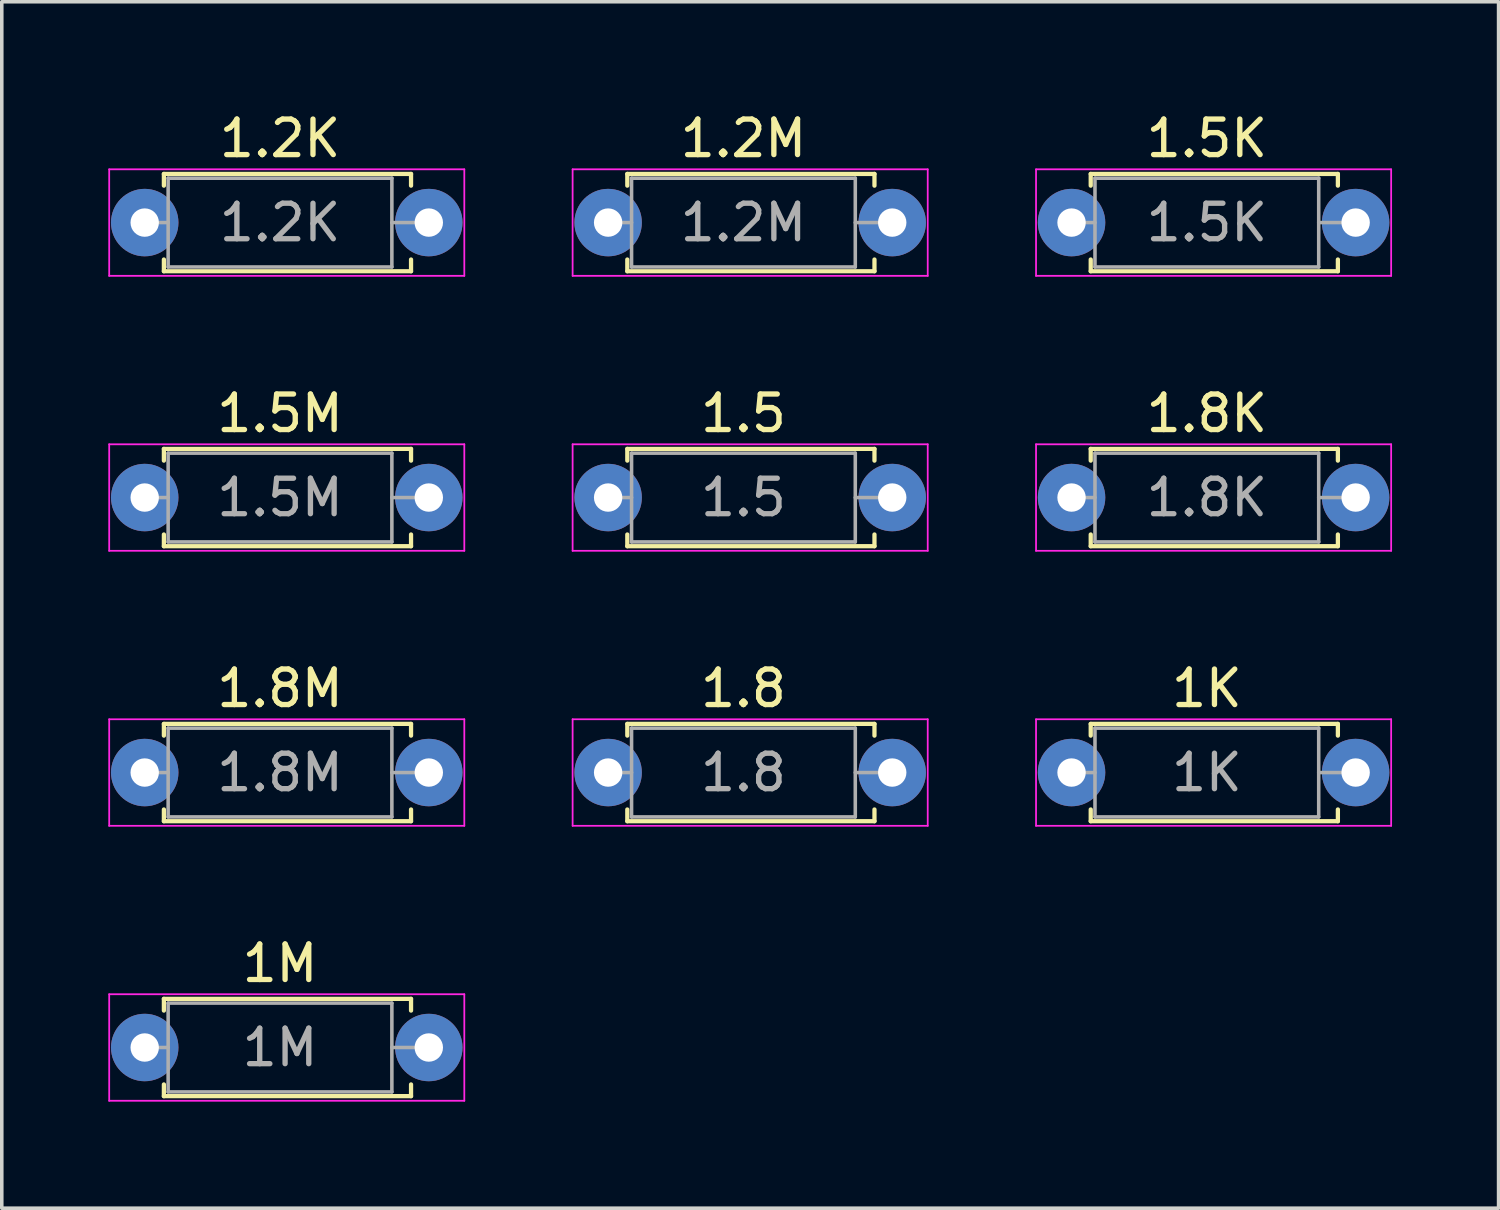
<source format=kicad_pcb>
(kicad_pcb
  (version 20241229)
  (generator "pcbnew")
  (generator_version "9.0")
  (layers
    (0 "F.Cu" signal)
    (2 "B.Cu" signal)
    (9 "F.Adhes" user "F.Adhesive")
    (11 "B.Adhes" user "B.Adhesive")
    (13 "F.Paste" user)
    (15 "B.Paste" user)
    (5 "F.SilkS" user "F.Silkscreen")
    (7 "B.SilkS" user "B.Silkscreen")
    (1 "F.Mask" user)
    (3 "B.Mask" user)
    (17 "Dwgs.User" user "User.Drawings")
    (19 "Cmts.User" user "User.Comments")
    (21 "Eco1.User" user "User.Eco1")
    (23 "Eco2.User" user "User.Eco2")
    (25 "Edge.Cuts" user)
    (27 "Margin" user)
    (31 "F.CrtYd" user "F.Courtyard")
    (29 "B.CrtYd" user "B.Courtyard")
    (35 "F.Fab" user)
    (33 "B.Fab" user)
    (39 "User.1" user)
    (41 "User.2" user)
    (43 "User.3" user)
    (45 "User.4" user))
  (footprint "1.2K"
    (layer "F.Cu")
    (at 1.025 3.218)
    (property "Reference" "1.2K" (at 3.81 -2.37 0) (layer "F.SilkS") (effects (font (size 1 1) (thickness 0.15))))
    (attr through_hole)
    (fp_line (start 0.54 -1.37) (end 7.5 -1.37) (stroke (width 0.12) (type solid)) (layer "F.SilkS"))
    (fp_line (start 0.54 -1.04) (end 0.54 -1.37) (stroke (width 0.12) (type solid)) (layer "F.SilkS"))
    (fp_line (start 0.54 1.04) (end 0.54 1.37) (stroke (width 0.12) (type solid)) (layer "F.SilkS"))
    (fp_line (start 0.54 1.37) (end 7.5 1.37) (stroke (width 0.12) (type solid)) (layer "F.SilkS"))
    (fp_line (start 7.5 -1.37) (end 7.5 -1.04) (stroke (width 0.12) (type solid)) (layer "F.SilkS"))
    (fp_line (start 7.5 1.37) (end 7.5 1.04) (stroke (width 0.12) (type solid)) (layer "F.SilkS"))
    (fp_line (start -1 -1.5) (end -1 1.5) (stroke (width 0.05) (type solid)) (layer "F.CrtYd"))
    (fp_line (start -1 1.5) (end 9 1.5) (stroke (width 0.05) (type solid)) (layer "F.CrtYd"))
    (fp_line (start 9 -1.5) (end -1 -1.5) (stroke (width 0.05) (type solid)) (layer "F.CrtYd"))
    (fp_line (start 9 1.5) (end 9 -1.5) (stroke (width 0.05) (type solid)) (layer "F.CrtYd"))
    (fp_line (start 0 0) (end 0.66 0) (stroke (width 0.1) (type solid)) (layer "F.Fab"))
    (fp_line (start 0.66 -1.25) (end 0.66 1.25) (stroke (width 0.1) (type solid)) (layer "F.Fab"))
    (fp_line (start 0.66 1.25) (end 6.96 1.25) (stroke (width 0.1) (type solid)) (layer "F.Fab"))
    (fp_line (start 6.96 -1.25) (end 0.66 -1.25) (stroke (width 0.1) (type solid)) (layer "F.Fab"))
    (fp_line (start 6.96 1.25) (end 6.96 -1.25) (stroke (width 0.1) (type solid)) (layer "F.Fab"))
    (fp_line (start 7.62 0) (end 6.96 0) (stroke (width 0.1) (type solid)) (layer "F.Fab"))
    (fp_text user "${REFERENCE}" (at 3.81 0 0) (layer "F.Fab") (effects (font (size 1 1) (thickness 0.15))))
    (pad "1" thru_hole circle (at 0 0) (size 1.9 1.9) (drill 0.8) (layers "*.Cu" "*.Mask"))
    (pad "2" thru_hole oval (at 8 0) (size 1.9 1.9) (drill 0.8) (layers "*.Cu" "*.Mask")))
  (footprint "1.5K"
    (layer "F.Cu")
    (at 27.125 3.218)
    (property "Reference" "1.5K" (at 3.81 -2.37 0) (layer "F.SilkS") (effects (font (size 1 1) (thickness 0.15))))
    (attr through_hole)
    (fp_line (start 0.54 -1.37) (end 7.5 -1.37) (stroke (width 0.12) (type solid)) (layer "F.SilkS"))
    (fp_line (start 0.54 -1.04) (end 0.54 -1.37) (stroke (width 0.12) (type solid)) (layer "F.SilkS"))
    (fp_line (start 0.54 1.04) (end 0.54 1.37) (stroke (width 0.12) (type solid)) (layer "F.SilkS"))
    (fp_line (start 0.54 1.37) (end 7.5 1.37) (stroke (width 0.12) (type solid)) (layer "F.SilkS"))
    (fp_line (start 7.5 -1.37) (end 7.5 -1.04) (stroke (width 0.12) (type solid)) (layer "F.SilkS"))
    (fp_line (start 7.5 1.37) (end 7.5 1.04) (stroke (width 0.12) (type solid)) (layer "F.SilkS"))
    (fp_line (start -1 -1.5) (end -1 1.5) (stroke (width 0.05) (type solid)) (layer "F.CrtYd"))
    (fp_line (start -1 1.5) (end 9 1.5) (stroke (width 0.05) (type solid)) (layer "F.CrtYd"))
    (fp_line (start 9 -1.5) (end -1 -1.5) (stroke (width 0.05) (type solid)) (layer "F.CrtYd"))
    (fp_line (start 9 1.5) (end 9 -1.5) (stroke (width 0.05) (type solid)) (layer "F.CrtYd"))
    (fp_line (start 0 0) (end 0.66 0) (stroke (width 0.1) (type solid)) (layer "F.Fab"))
    (fp_line (start 0.66 -1.25) (end 0.66 1.25) (stroke (width 0.1) (type solid)) (layer "F.Fab"))
    (fp_line (start 0.66 1.25) (end 6.96 1.25) (stroke (width 0.1) (type solid)) (layer "F.Fab"))
    (fp_line (start 6.96 -1.25) (end 0.66 -1.25) (stroke (width 0.1) (type solid)) (layer "F.Fab"))
    (fp_line (start 6.96 1.25) (end 6.96 -1.25) (stroke (width 0.1) (type solid)) (layer "F.Fab"))
    (fp_line (start 7.62 0) (end 6.96 0) (stroke (width 0.1) (type solid)) (layer "F.Fab"))
    (fp_text user "${REFERENCE}" (at 3.81 0 0) (layer "F.Fab") (effects (font (size 1 1) (thickness 0.15))))
    (pad "1" thru_hole circle (at 0 0) (size 1.9 1.9) (drill 0.8) (layers "*.Cu" "*.Mask"))
    (pad "2" thru_hole oval (at 8 0) (size 1.9 1.9) (drill 0.8) (layers "*.Cu" "*.Mask")))
  (footprint "1K"
    (layer "F.Cu")
    (at 27.125 18.705)
    (property "Reference" "1K" (at 3.81 -2.37 0) (layer "F.SilkS") (effects (font (size 1 1) (thickness 0.15))))
    (attr through_hole)
    (fp_line (start 0.54 -1.37) (end 7.5 -1.37) (stroke (width 0.12) (type solid)) (layer "F.SilkS"))
    (fp_line (start 0.54 -1.04) (end 0.54 -1.37) (stroke (width 0.12) (type solid)) (layer "F.SilkS"))
    (fp_line (start 0.54 1.04) (end 0.54 1.37) (stroke (width 0.12) (type solid)) (layer "F.SilkS"))
    (fp_line (start 0.54 1.37) (end 7.5 1.37) (stroke (width 0.12) (type solid)) (layer "F.SilkS"))
    (fp_line (start 7.5 -1.37) (end 7.5 -1.04) (stroke (width 0.12) (type solid)) (layer "F.SilkS"))
    (fp_line (start 7.5 1.37) (end 7.5 1.04) (stroke (width 0.12) (type solid)) (layer "F.SilkS"))
    (fp_line (start -1 -1.5) (end -1 1.5) (stroke (width 0.05) (type solid)) (layer "F.CrtYd"))
    (fp_line (start -1 1.5) (end 9 1.5) (stroke (width 0.05) (type solid)) (layer "F.CrtYd"))
    (fp_line (start 9 -1.5) (end -1 -1.5) (stroke (width 0.05) (type solid)) (layer "F.CrtYd"))
    (fp_line (start 9 1.5) (end 9 -1.5) (stroke (width 0.05) (type solid)) (layer "F.CrtYd"))
    (fp_line (start 0 0) (end 0.66 0) (stroke (width 0.1) (type solid)) (layer "F.Fab"))
    (fp_line (start 0.66 -1.25) (end 0.66 1.25) (stroke (width 0.1) (type solid)) (layer "F.Fab"))
    (fp_line (start 0.66 1.25) (end 6.96 1.25) (stroke (width 0.1) (type solid)) (layer "F.Fab"))
    (fp_line (start 6.96 -1.25) (end 0.66 -1.25) (stroke (width 0.1) (type solid)) (layer "F.Fab"))
    (fp_line (start 6.96 1.25) (end 6.96 -1.25) (stroke (width 0.1) (type solid)) (layer "F.Fab"))
    (fp_line (start 7.62 0) (end 6.96 0) (stroke (width 0.1) (type solid)) (layer "F.Fab"))
    (fp_text user "${REFERENCE}" (at 3.81 0 0) (layer "F.Fab") (effects (font (size 1 1) (thickness 0.15))))
    (pad "1" thru_hole circle (at 0 0) (size 1.9 1.9) (drill 0.8) (layers "*.Cu" "*.Mask"))
    (pad "2" thru_hole oval (at 8 0) (size 1.9 1.9) (drill 0.8) (layers "*.Cu" "*.Mask")))
  (footprint "1.8M"
    (layer "F.Cu")
    (at 1.025 18.705)
    (property "Reference" "1.8M" (at 3.81 -2.37 0) (layer "F.SilkS") (effects (font (size 1 1) (thickness 0.15))))
    (attr through_hole)
    (fp_line (start 0.54 -1.37) (end 7.5 -1.37) (stroke (width 0.12) (type solid)) (layer "F.SilkS"))
    (fp_line (start 0.54 -1.04) (end 0.54 -1.37) (stroke (width 0.12) (type solid)) (layer "F.SilkS"))
    (fp_line (start 0.54 1.04) (end 0.54 1.37) (stroke (width 0.12) (type solid)) (layer "F.SilkS"))
    (fp_line (start 0.54 1.37) (end 7.5 1.37) (stroke (width 0.12) (type solid)) (layer "F.SilkS"))
    (fp_line (start 7.5 -1.37) (end 7.5 -1.04) (stroke (width 0.12) (type solid)) (layer "F.SilkS"))
    (fp_line (start 7.5 1.37) (end 7.5 1.04) (stroke (width 0.12) (type solid)) (layer "F.SilkS"))
    (fp_line (start -1 -1.5) (end -1 1.5) (stroke (width 0.05) (type solid)) (layer "F.CrtYd"))
    (fp_line (start -1 1.5) (end 9 1.5) (stroke (width 0.05) (type solid)) (layer "F.CrtYd"))
    (fp_line (start 9 -1.5) (end -1 -1.5) (stroke (width 0.05) (type solid)) (layer "F.CrtYd"))
    (fp_line (start 9 1.5) (end 9 -1.5) (stroke (width 0.05) (type solid)) (layer "F.CrtYd"))
    (fp_line (start 0 0) (end 0.66 0) (stroke (width 0.1) (type solid)) (layer "F.Fab"))
    (fp_line (start 0.66 -1.25) (end 0.66 1.25) (stroke (width 0.1) (type solid)) (layer "F.Fab"))
    (fp_line (start 0.66 1.25) (end 6.96 1.25) (stroke (width 0.1) (type solid)) (layer "F.Fab"))
    (fp_line (start 6.96 -1.25) (end 0.66 -1.25) (stroke (width 0.1) (type solid)) (layer "F.Fab"))
    (fp_line (start 6.96 1.25) (end 6.96 -1.25) (stroke (width 0.1) (type solid)) (layer "F.Fab"))
    (fp_line (start 7.62 0) (end 6.96 0) (stroke (width 0.1) (type solid)) (layer "F.Fab"))
    (fp_text user "${REFERENCE}" (at 3.81 0 0) (layer "F.Fab") (effects (font (size 1 1) (thickness 0.15))))
    (pad "1" thru_hole circle (at 0 0) (size 1.9 1.9) (drill 0.8) (layers "*.Cu" "*.Mask"))
    (pad "2" thru_hole oval (at 8 0) (size 1.9 1.9) (drill 0.8) (layers "*.Cu" "*.Mask")))
  (footprint "1M"
    (layer "F.Cu")
    (at 1.025 26.448)
    (property "Reference" "1M" (at 3.81 -2.37 0) (layer "F.SilkS") (effects (font (size 1 1) (thickness 0.15))))
    (attr through_hole)
    (fp_line (start 0.54 -1.37) (end 7.5 -1.37) (stroke (width 0.12) (type solid)) (layer "F.SilkS"))
    (fp_line (start 0.54 -1.04) (end 0.54 -1.37) (stroke (width 0.12) (type solid)) (layer "F.SilkS"))
    (fp_line (start 0.54 1.04) (end 0.54 1.37) (stroke (width 0.12) (type solid)) (layer "F.SilkS"))
    (fp_line (start 0.54 1.37) (end 7.5 1.37) (stroke (width 0.12) (type solid)) (layer "F.SilkS"))
    (fp_line (start 7.5 -1.37) (end 7.5 -1.04) (stroke (width 0.12) (type solid)) (layer "F.SilkS"))
    (fp_line (start 7.5 1.37) (end 7.5 1.04) (stroke (width 0.12) (type solid)) (layer "F.SilkS"))
    (fp_line (start -1 -1.5) (end -1 1.5) (stroke (width 0.05) (type solid)) (layer "F.CrtYd"))
    (fp_line (start -1 1.5) (end 9 1.5) (stroke (width 0.05) (type solid)) (layer "F.CrtYd"))
    (fp_line (start 9 -1.5) (end -1 -1.5) (stroke (width 0.05) (type solid)) (layer "F.CrtYd"))
    (fp_line (start 9 1.5) (end 9 -1.5) (stroke (width 0.05) (type solid)) (layer "F.CrtYd"))
    (fp_line (start 0 0) (end 0.66 0) (stroke (width 0.1) (type solid)) (layer "F.Fab"))
    (fp_line (start 0.66 -1.25) (end 0.66 1.25) (stroke (width 0.1) (type solid)) (layer "F.Fab"))
    (fp_line (start 0.66 1.25) (end 6.96 1.25) (stroke (width 0.1) (type solid)) (layer "F.Fab"))
    (fp_line (start 6.96 -1.25) (end 0.66 -1.25) (stroke (width 0.1) (type solid)) (layer "F.Fab"))
    (fp_line (start 6.96 1.25) (end 6.96 -1.25) (stroke (width 0.1) (type solid)) (layer "F.Fab"))
    (fp_line (start 7.62 0) (end 6.96 0) (stroke (width 0.1) (type solid)) (layer "F.Fab"))
    (fp_text user "${REFERENCE}" (at 3.81 0 0) (layer "F.Fab") (effects (font (size 1 1) (thickness 0.15))))
    (pad "1" thru_hole circle (at 0 0) (size 1.9 1.9) (drill 0.8) (layers "*.Cu" "*.Mask"))
    (pad "2" thru_hole oval (at 8 0) (size 1.9 1.9) (drill 0.8) (layers "*.Cu" "*.Mask")))
  (footprint "1.8K"
    (layer "F.Cu")
    (at 27.125 10.961)
    (property "Reference" "1.8K" (at 3.81 -2.37 0) (layer "F.SilkS") (effects (font (size 1 1) (thickness 0.15))))
    (attr through_hole)
    (fp_line (start 0.54 -1.37) (end 7.5 -1.37) (stroke (width 0.12) (type solid)) (layer "F.SilkS"))
    (fp_line (start 0.54 -1.04) (end 0.54 -1.37) (stroke (width 0.12) (type solid)) (layer "F.SilkS"))
    (fp_line (start 0.54 1.04) (end 0.54 1.37) (stroke (width 0.12) (type solid)) (layer "F.SilkS"))
    (fp_line (start 0.54 1.37) (end 7.5 1.37) (stroke (width 0.12) (type solid)) (layer "F.SilkS"))
    (fp_line (start 7.5 -1.37) (end 7.5 -1.04) (stroke (width 0.12) (type solid)) (layer "F.SilkS"))
    (fp_line (start 7.5 1.37) (end 7.5 1.04) (stroke (width 0.12) (type solid)) (layer "F.SilkS"))
    (fp_line (start -1 -1.5) (end -1 1.5) (stroke (width 0.05) (type solid)) (layer "F.CrtYd"))
    (fp_line (start -1 1.5) (end 9 1.5) (stroke (width 0.05) (type solid)) (layer "F.CrtYd"))
    (fp_line (start 9 -1.5) (end -1 -1.5) (stroke (width 0.05) (type solid)) (layer "F.CrtYd"))
    (fp_line (start 9 1.5) (end 9 -1.5) (stroke (width 0.05) (type solid)) (layer "F.CrtYd"))
    (fp_line (start 0 0) (end 0.66 0) (stroke (width 0.1) (type solid)) (layer "F.Fab"))
    (fp_line (start 0.66 -1.25) (end 0.66 1.25) (stroke (width 0.1) (type solid)) (layer "F.Fab"))
    (fp_line (start 0.66 1.25) (end 6.96 1.25) (stroke (width 0.1) (type solid)) (layer "F.Fab"))
    (fp_line (start 6.96 -1.25) (end 0.66 -1.25) (stroke (width 0.1) (type solid)) (layer "F.Fab"))
    (fp_line (start 6.96 1.25) (end 6.96 -1.25) (stroke (width 0.1) (type solid)) (layer "F.Fab"))
    (fp_line (start 7.62 0) (end 6.96 0) (stroke (width 0.1) (type solid)) (layer "F.Fab"))
    (fp_text user "${REFERENCE}" (at 3.81 0 0) (layer "F.Fab") (effects (font (size 1 1) (thickness 0.15))))
    (pad "1" thru_hole circle (at 0 0) (size 1.9 1.9) (drill 0.8) (layers "*.Cu" "*.Mask"))
    (pad "2" thru_hole oval (at 8 0) (size 1.9 1.9) (drill 0.8) (layers "*.Cu" "*.Mask")))
  (footprint "1.5M"
    (layer "F.Cu")
    (at 1.025 10.961)
    (property "Reference" "1.5M" (at 3.81 -2.37 0) (layer "F.SilkS") (effects (font (size 1 1) (thickness 0.15))))
    (attr through_hole)
    (fp_line (start 0.54 -1.37) (end 7.5 -1.37) (stroke (width 0.12) (type solid)) (layer "F.SilkS"))
    (fp_line (start 0.54 -1.04) (end 0.54 -1.37) (stroke (width 0.12) (type solid)) (layer "F.SilkS"))
    (fp_line (start 0.54 1.04) (end 0.54 1.37) (stroke (width 0.12) (type solid)) (layer "F.SilkS"))
    (fp_line (start 0.54 1.37) (end 7.5 1.37) (stroke (width 0.12) (type solid)) (layer "F.SilkS"))
    (fp_line (start 7.5 -1.37) (end 7.5 -1.04) (stroke (width 0.12) (type solid)) (layer "F.SilkS"))
    (fp_line (start 7.5 1.37) (end 7.5 1.04) (stroke (width 0.12) (type solid)) (layer "F.SilkS"))
    (fp_line (start -1 -1.5) (end -1 1.5) (stroke (width 0.05) (type solid)) (layer "F.CrtYd"))
    (fp_line (start -1 1.5) (end 9 1.5) (stroke (width 0.05) (type solid)) (layer "F.CrtYd"))
    (fp_line (start 9 -1.5) (end -1 -1.5) (stroke (width 0.05) (type solid)) (layer "F.CrtYd"))
    (fp_line (start 9 1.5) (end 9 -1.5) (stroke (width 0.05) (type solid)) (layer "F.CrtYd"))
    (fp_line (start 0 0) (end 0.66 0) (stroke (width 0.1) (type solid)) (layer "F.Fab"))
    (fp_line (start 0.66 -1.25) (end 0.66 1.25) (stroke (width 0.1) (type solid)) (layer "F.Fab"))
    (fp_line (start 0.66 1.25) (end 6.96 1.25) (stroke (width 0.1) (type solid)) (layer "F.Fab"))
    (fp_line (start 6.96 -1.25) (end 0.66 -1.25) (stroke (width 0.1) (type solid)) (layer "F.Fab"))
    (fp_line (start 6.96 1.25) (end 6.96 -1.25) (stroke (width 0.1) (type solid)) (layer "F.Fab"))
    (fp_line (start 7.62 0) (end 6.96 0) (stroke (width 0.1) (type solid)) (layer "F.Fab"))
    (fp_text user "${REFERENCE}" (at 3.81 0 0) (layer "F.Fab") (effects (font (size 1 1) (thickness 0.15))))
    (pad "1" thru_hole circle (at 0 0) (size 1.9 1.9) (drill 0.8) (layers "*.Cu" "*.Mask"))
    (pad "2" thru_hole oval (at 8 0) (size 1.9 1.9) (drill 0.8) (layers "*.Cu" "*.Mask")))
  (footprint "1.5"
    (layer "F.Cu")
    (at 14.075 10.961)
    (property "Reference" "1.5" (at 3.81 -2.37 0) (layer "F.SilkS") (effects (font (size 1 1) (thickness 0.15))))
    (attr through_hole)
    (fp_line (start 0.54 -1.37) (end 7.5 -1.37) (stroke (width 0.12) (type solid)) (layer "F.SilkS"))
    (fp_line (start 0.54 -1.04) (end 0.54 -1.37) (stroke (width 0.12) (type solid)) (layer "F.SilkS"))
    (fp_line (start 0.54 1.04) (end 0.54 1.37) (stroke (width 0.12) (type solid)) (layer "F.SilkS"))
    (fp_line (start 0.54 1.37) (end 7.5 1.37) (stroke (width 0.12) (type solid)) (layer "F.SilkS"))
    (fp_line (start 7.5 -1.37) (end 7.5 -1.04) (stroke (width 0.12) (type solid)) (layer "F.SilkS"))
    (fp_line (start 7.5 1.37) (end 7.5 1.04) (stroke (width 0.12) (type solid)) (layer "F.SilkS"))
    (fp_line (start -1 -1.5) (end -1 1.5) (stroke (width 0.05) (type solid)) (layer "F.CrtYd"))
    (fp_line (start -1 1.5) (end 9 1.5) (stroke (width 0.05) (type solid)) (layer "F.CrtYd"))
    (fp_line (start 9 -1.5) (end -1 -1.5) (stroke (width 0.05) (type solid)) (layer "F.CrtYd"))
    (fp_line (start 9 1.5) (end 9 -1.5) (stroke (width 0.05) (type solid)) (layer "F.CrtYd"))
    (fp_line (start 0 0) (end 0.66 0) (stroke (width 0.1) (type solid)) (layer "F.Fab"))
    (fp_line (start 0.66 -1.25) (end 0.66 1.25) (stroke (width 0.1) (type solid)) (layer "F.Fab"))
    (fp_line (start 0.66 1.25) (end 6.96 1.25) (stroke (width 0.1) (type solid)) (layer "F.Fab"))
    (fp_line (start 6.96 -1.25) (end 0.66 -1.25) (stroke (width 0.1) (type solid)) (layer "F.Fab"))
    (fp_line (start 6.96 1.25) (end 6.96 -1.25) (stroke (width 0.1) (type solid)) (layer "F.Fab"))
    (fp_line (start 7.62 0) (end 6.96 0) (stroke (width 0.1) (type solid)) (layer "F.Fab"))
    (fp_text user "${REFERENCE}" (at 3.81 0 0) (layer "F.Fab") (effects (font (size 1 1) (thickness 0.15))))
    (pad "1" thru_hole circle (at 0 0) (size 1.9 1.9) (drill 0.8) (layers "*.Cu" "*.Mask"))
    (pad "2" thru_hole oval (at 8 0) (size 1.9 1.9) (drill 0.8) (layers "*.Cu" "*.Mask")))
  (footprint "1.2M"
    (layer "F.Cu")
    (at 14.075 3.218)
    (property "Reference" "1.2M" (at 3.81 -2.37 0) (layer "F.SilkS") (effects (font (size 1 1) (thickness 0.15))))
    (attr through_hole)
    (fp_line (start 0.54 -1.37) (end 7.5 -1.37) (stroke (width 0.12) (type solid)) (layer "F.SilkS"))
    (fp_line (start 0.54 -1.04) (end 0.54 -1.37) (stroke (width 0.12) (type solid)) (layer "F.SilkS"))
    (fp_line (start 0.54 1.04) (end 0.54 1.37) (stroke (width 0.12) (type solid)) (layer "F.SilkS"))
    (fp_line (start 0.54 1.37) (end 7.5 1.37) (stroke (width 0.12) (type solid)) (layer "F.SilkS"))
    (fp_line (start 7.5 -1.37) (end 7.5 -1.04) (stroke (width 0.12) (type solid)) (layer "F.SilkS"))
    (fp_line (start 7.5 1.37) (end 7.5 1.04) (stroke (width 0.12) (type solid)) (layer "F.SilkS"))
    (fp_line (start -1 -1.5) (end -1 1.5) (stroke (width 0.05) (type solid)) (layer "F.CrtYd"))
    (fp_line (start -1 1.5) (end 9 1.5) (stroke (width 0.05) (type solid)) (layer "F.CrtYd"))
    (fp_line (start 9 -1.5) (end -1 -1.5) (stroke (width 0.05) (type solid)) (layer "F.CrtYd"))
    (fp_line (start 9 1.5) (end 9 -1.5) (stroke (width 0.05) (type solid)) (layer "F.CrtYd"))
    (fp_line (start 0 0) (end 0.66 0) (stroke (width 0.1) (type solid)) (layer "F.Fab"))
    (fp_line (start 0.66 -1.25) (end 0.66 1.25) (stroke (width 0.1) (type solid)) (layer "F.Fab"))
    (fp_line (start 0.66 1.25) (end 6.96 1.25) (stroke (width 0.1) (type solid)) (layer "F.Fab"))
    (fp_line (start 6.96 -1.25) (end 0.66 -1.25) (stroke (width 0.1) (type solid)) (layer "F.Fab"))
    (fp_line (start 6.96 1.25) (end 6.96 -1.25) (stroke (width 0.1) (type solid)) (layer "F.Fab"))
    (fp_line (start 7.62 0) (end 6.96 0) (stroke (width 0.1) (type solid)) (layer "F.Fab"))
    (fp_text user "${REFERENCE}" (at 3.81 0 0) (layer "F.Fab") (effects (font (size 1 1) (thickness 0.15))))
    (pad "1" thru_hole circle (at 0 0) (size 1.9 1.9) (drill 0.8) (layers "*.Cu" "*.Mask"))
    (pad "2" thru_hole oval (at 8 0) (size 1.9 1.9) (drill 0.8) (layers "*.Cu" "*.Mask")))
  (footprint "1.8"
    (layer "F.Cu")
    (at 14.075 18.705)
    (property "Reference" "1.8" (at 3.81 -2.37 0) (layer "F.SilkS") (effects (font (size 1 1) (thickness 0.15))))
    (attr through_hole)
    (fp_line (start 0.54 -1.37) (end 7.5 -1.37) (stroke (width 0.12) (type solid)) (layer "F.SilkS"))
    (fp_line (start 0.54 -1.04) (end 0.54 -1.37) (stroke (width 0.12) (type solid)) (layer "F.SilkS"))
    (fp_line (start 0.54 1.04) (end 0.54 1.37) (stroke (width 0.12) (type solid)) (layer "F.SilkS"))
    (fp_line (start 0.54 1.37) (end 7.5 1.37) (stroke (width 0.12) (type solid)) (layer "F.SilkS"))
    (fp_line (start 7.5 -1.37) (end 7.5 -1.04) (stroke (width 0.12) (type solid)) (layer "F.SilkS"))
    (fp_line (start 7.5 1.37) (end 7.5 1.04) (stroke (width 0.12) (type solid)) (layer "F.SilkS"))
    (fp_line (start -1 -1.5) (end -1 1.5) (stroke (width 0.05) (type solid)) (layer "F.CrtYd"))
    (fp_line (start -1 1.5) (end 9 1.5) (stroke (width 0.05) (type solid)) (layer "F.CrtYd"))
    (fp_line (start 9 -1.5) (end -1 -1.5) (stroke (width 0.05) (type solid)) (layer "F.CrtYd"))
    (fp_line (start 9 1.5) (end 9 -1.5) (stroke (width 0.05) (type solid)) (layer "F.CrtYd"))
    (fp_line (start 0 0) (end 0.66 0) (stroke (width 0.1) (type solid)) (layer "F.Fab"))
    (fp_line (start 0.66 -1.25) (end 0.66 1.25) (stroke (width 0.1) (type solid)) (layer "F.Fab"))
    (fp_line (start 0.66 1.25) (end 6.96 1.25) (stroke (width 0.1) (type solid)) (layer "F.Fab"))
    (fp_line (start 6.96 -1.25) (end 0.66 -1.25) (stroke (width 0.1) (type solid)) (layer "F.Fab"))
    (fp_line (start 6.96 1.25) (end 6.96 -1.25) (stroke (width 0.1) (type solid)) (layer "F.Fab"))
    (fp_line (start 7.62 0) (end 6.96 0) (stroke (width 0.1) (type solid)) (layer "F.Fab"))
    (fp_text user "${REFERENCE}" (at 3.81 0 0) (layer "F.Fab") (effects (font (size 1 1) (thickness 0.15))))
    (pad "1" thru_hole circle (at 0 0) (size 1.9 1.9) (drill 0.8) (layers "*.Cu" "*.Mask"))
    (pad "2" thru_hole oval (at 8 0) (size 1.9 1.9) (drill 0.8) (layers "*.Cu" "*.Mask")))
  (gr_rect
    (start -3 -3)
    (end 39.15 30.973)
    (stroke (width 0.1) (type default))
    (fill no)
    (layer "Edge.Cuts")))
</source>
